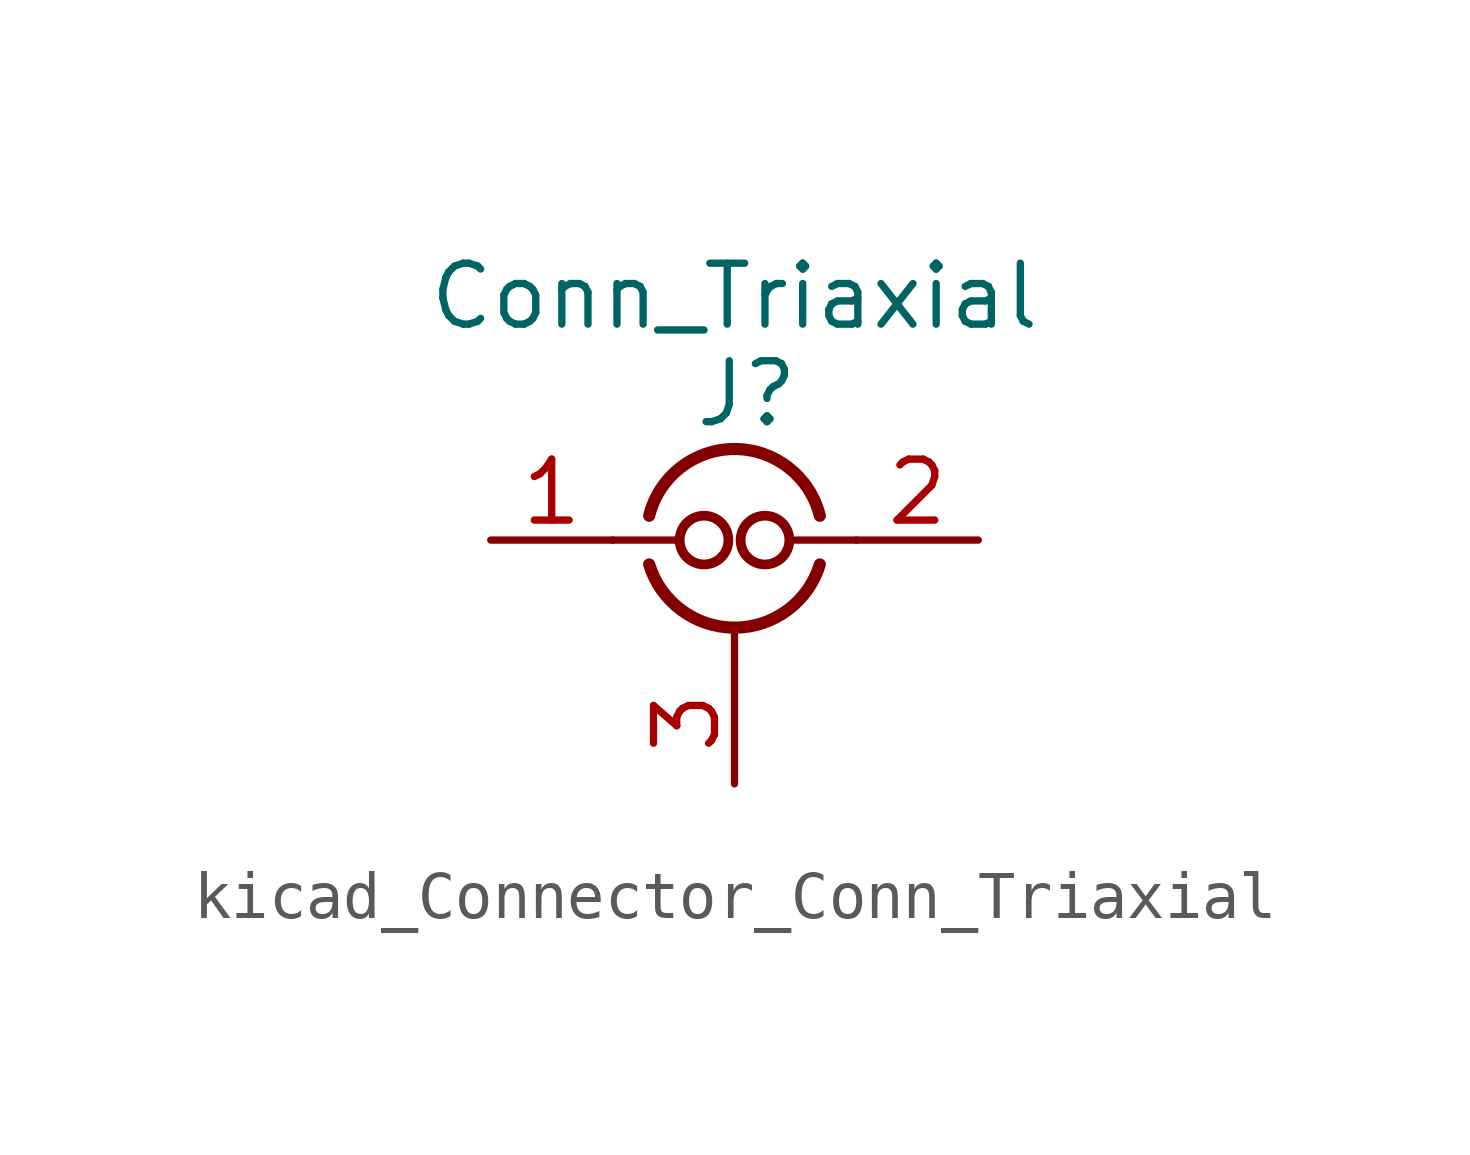
<source format=kicad_sym>
(kicad_symbol_lib
  (version 20220914)
  (generator kicad_symbol_editor)
  (symbol "kicad_Connector_Conn_Triaxial"
    (pin_names hide)
    (property "Reference" "J"
      (at 0.254 5.588 0)
      (effects (font (size 1.27 1.27))))
    (property "Value" "Conn_Triaxial"
      (at 0 7.62 0)
      (effects (font (size 1.27 1.27))))
    (symbol "kicad_Connector_Conn_Triaxial_0_1"
      (arc (start -1.778 2.032) (mid -0.0185 0.7153) (end 1.778 2.032) (stroke (width 0.254) (type default)) (fill (type none)))
      (circle (center -0.635 2.54) (radius 0.508) (stroke (width 0.203) (type default)) (fill (type none)))
      (polyline (pts (xy -2.54 2.54) (xy -1.143 2.54)) (stroke (width 0) (type default)) (fill (type none)))
      (polyline (pts (xy 0 0) (xy 0 0.762)) (stroke (width 0) (type default)) (fill (type none)))
      (polyline (pts (xy 1.27 2.54) (xy 2.54 2.54)) (stroke (width 0) (type default)) (fill (type none)))
      (circle (center 0.635 2.54) (radius 0.508) (stroke (width 0.203) (type default)) (fill (type none)))
      (arc (start 1.778 3.048) (mid -0.0365 4.438) (end -1.778 3.048) (stroke (width 0.254) (type default)) (fill (type none))))
    (symbol "kicad_Connector_Conn_Triaxial_1_1"
      (pin passive line (at -5.08 2.54 0) (length 2.54) (name "In1" (effects (font (size 1.27 1.27)))) (number "1" (effects (font (size 1.27 1.27)))))
      (pin passive line (at 5.08 2.54 180) (length 2.54) (name "In2" (effects (font (size 1.27 1.27)))) (number "2" (effects (font (size 1.27 1.27)))))
      (pin passive line (at 0 -2.54 90) (length 2.54) (name "Ext" (effects (font (size 1.27 1.27)))) (number "3" (effects (font (size 1.27 1.27))))))))
</source>
